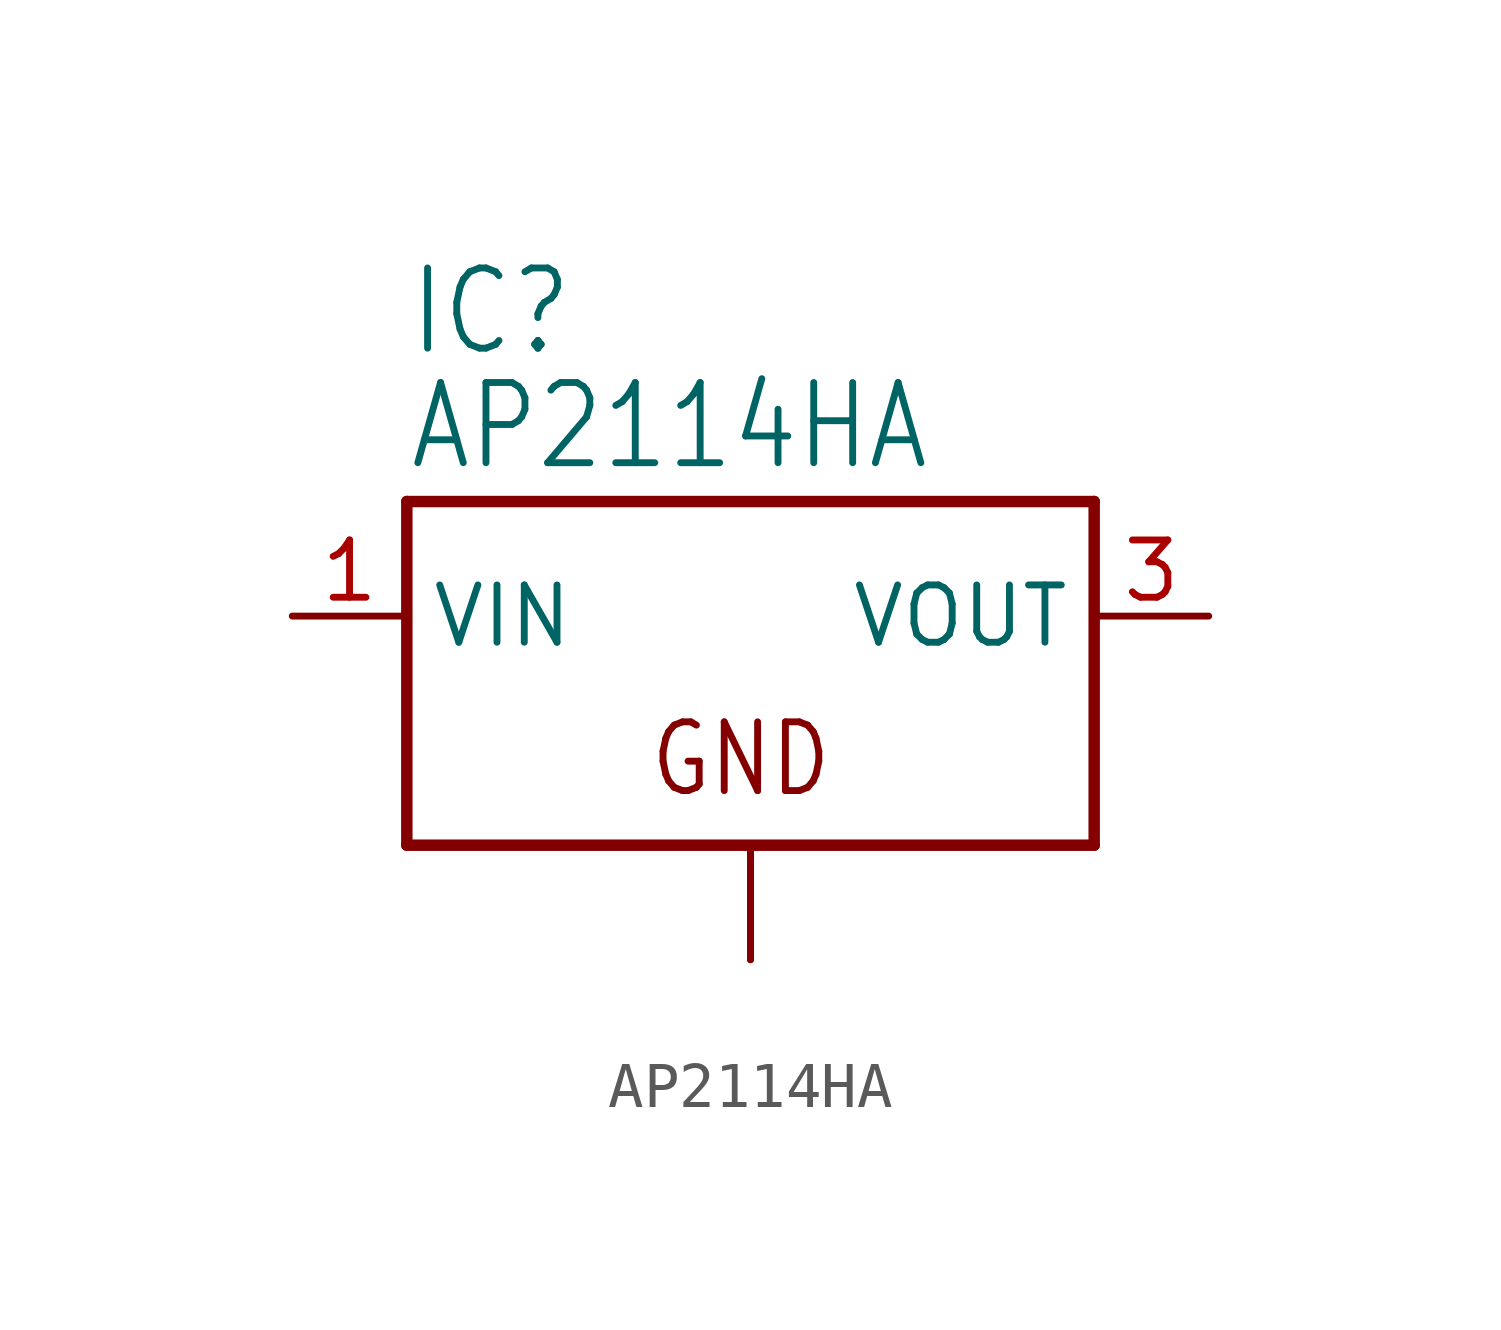
<source format=kicad_sym>
(kicad_symbol_lib
  (version 20201005)
  (generator kicad_symbol_editor)
  (symbol "AP2114HA"
    (property "Reference" "IC"
      (at -7.62 5.715 0)
      (effects (font (size 1.778 1.511)) (justify left bottom)))
    (property "Value" "AP2114HA"
      (at -7.62 3.175 0)
      (effects (font (size 1.778 1.511)) (justify left bottom)))
    (property "ki_locked" ""
      (at 0 0 0)
      (effects (font (size 1.27 1.27))))
    (symbol "AP2114HA_1_0"
      (text "GND" (at -2.286 -4.064 0) (effects (font (size 1.524 1.295)) (justify left bottom)))
      (polyline (pts (xy -7.62 -5.08) (xy 7.62 -5.08)) (stroke (width 0.254)) (fill (type none)))
      (polyline (pts (xy -7.62 2.54) (xy -7.62 -5.08)) (stroke (width 0.254)) (fill (type none)))
      (polyline (pts (xy 7.62 -5.08) (xy 7.62 2.54)) (stroke (width 0.254)) (fill (type none)))
      (polyline (pts (xy 7.62 2.54) (xy -7.62 2.54)) (stroke (width 0.254)) (fill (type none)))
      (pin power_in line (at -10.16 0 0) (length 2.54) (name "VIN" (effects (font (size 1.27 1.27)))) (number "1" (effects (font (size 1.27 1.27)))))
      (pin power_in line (at 0 -7.62 90) (length 2.54) (name "GND" (effects (font (size 0 0)))) (number "2" (effects (font (size 0 0)))))
      (pin power_in line (at 10.16 0 180) (length 2.54) (name "VOUT" (effects (font (size 1.27 1.27)))) (number "3" (effects (font (size 1.27 1.27)))))
      (pin power_in line (at 0 -7.62 90) (length 2.54) (name "GND" (effects (font (size 0 0)))) (number "4" (effects (font (size 0 0))))))))
</source>
